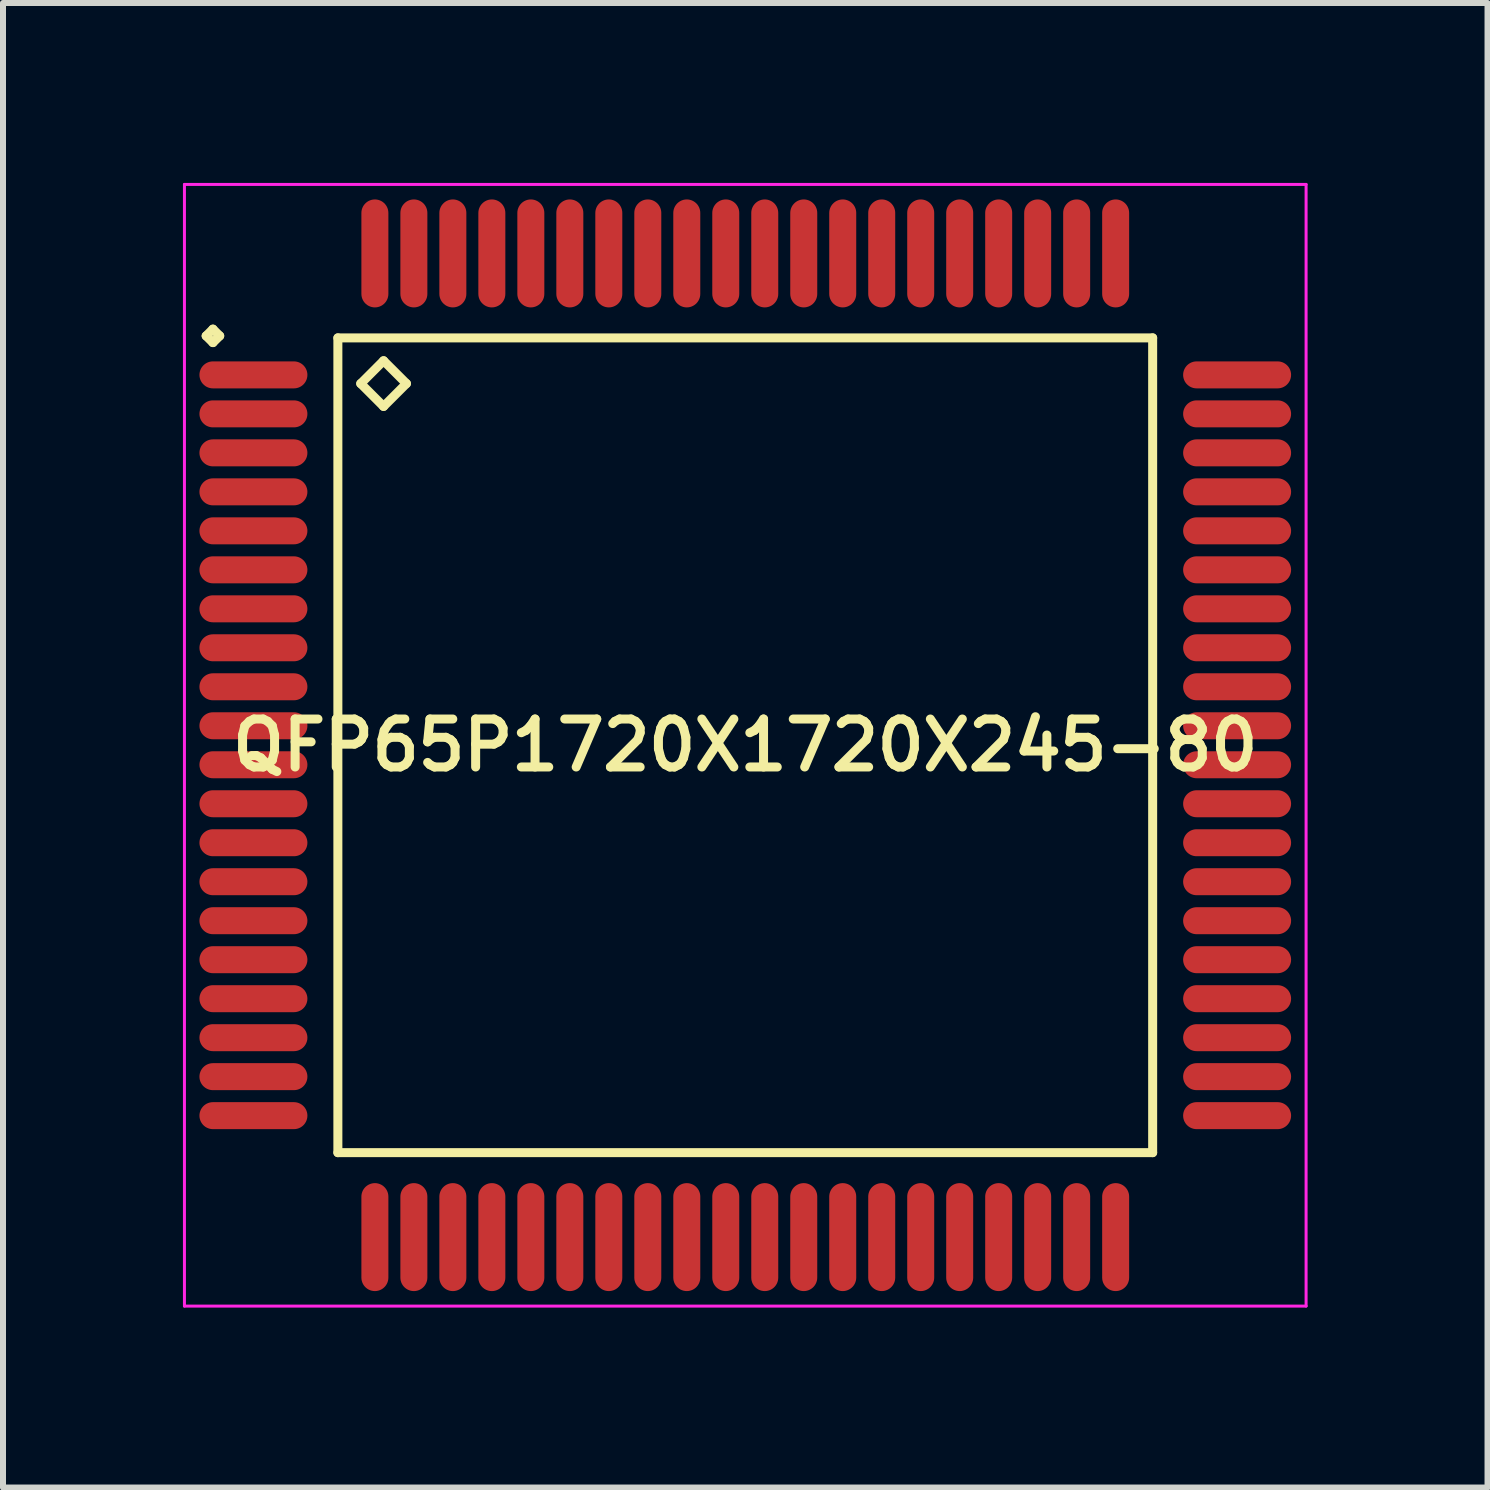
<source format=kicad_pcb>
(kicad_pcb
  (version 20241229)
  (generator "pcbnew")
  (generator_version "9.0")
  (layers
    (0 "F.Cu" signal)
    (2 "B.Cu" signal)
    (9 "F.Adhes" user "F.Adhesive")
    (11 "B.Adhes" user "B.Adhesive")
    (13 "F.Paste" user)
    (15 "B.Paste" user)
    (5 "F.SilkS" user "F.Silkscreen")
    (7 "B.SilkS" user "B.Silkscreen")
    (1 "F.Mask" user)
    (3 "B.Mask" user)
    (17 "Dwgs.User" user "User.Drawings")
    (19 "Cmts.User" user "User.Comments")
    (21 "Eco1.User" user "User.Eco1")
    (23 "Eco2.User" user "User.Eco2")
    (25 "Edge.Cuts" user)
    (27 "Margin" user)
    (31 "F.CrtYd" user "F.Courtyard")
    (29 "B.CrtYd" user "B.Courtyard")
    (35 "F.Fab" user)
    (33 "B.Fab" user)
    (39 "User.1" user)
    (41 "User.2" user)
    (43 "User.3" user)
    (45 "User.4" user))
  (footprint "QFP65P1720X1720X245-80"
    (layer "F.Cu")
    (at 9.375 9.375)
    (property "Reference" "QFP65P1720X1720X245-80" (at 0 0 0) (layer "F.SilkS") (effects (font (size 0.8 0.8) (thickness 0.15))))
    (attr smd)
    (fp_line (start -8.988 -6.825) (end -8.875 -6.938) (stroke (width 0.15) (type solid)) (layer "F.SilkS"))
    (fp_line (start -8.875 -6.938) (end -8.762 -6.825) (stroke (width 0.15) (type solid)) (layer "F.SilkS"))
    (fp_line (start -8.875 -6.713) (end -8.988 -6.825) (stroke (width 0.15) (type solid)) (layer "F.SilkS"))
    (fp_line (start -8.762 -6.825) (end -8.875 -6.713) (stroke (width 0.15) (type solid)) (layer "F.SilkS"))
    (fp_line (start -6.792 -6.792) (end -6.792 6.792) (stroke (width 0.15) (type solid)) (layer "F.SilkS"))
    (fp_line (start -6.792 6.792) (end 6.792 6.792) (stroke (width 0.15) (type solid)) (layer "F.SilkS"))
    (fp_line (start -6.411 -6.03) (end -6.03 -6.411) (stroke (width 0.15) (type solid)) (layer "F.SilkS"))
    (fp_line (start -6.03 -6.411) (end -5.649 -6.03) (stroke (width 0.15) (type solid)) (layer "F.SilkS"))
    (fp_line (start -6.03 -5.649) (end -6.411 -6.03) (stroke (width 0.15) (type solid)) (layer "F.SilkS"))
    (fp_line (start -5.649 -6.03) (end -6.03 -5.649) (stroke (width 0.15) (type solid)) (layer "F.SilkS"))
    (fp_line (start 6.792 -6.792) (end -6.792 -6.792) (stroke (width 0.15) (type solid)) (layer "F.SilkS"))
    (fp_line (start 6.792 6.792) (end 6.792 -6.792) (stroke (width 0.15) (type solid)) (layer "F.SilkS"))
    (fp_line (start -9.35 -9.35) (end 9.35 -9.35) (stroke (width 0.05) (type solid)) (layer "F.CrtYd"))
    (fp_line (start -9.35 9.35) (end -9.35 -9.35) (stroke (width 0.05) (type solid)) (layer "F.CrtYd"))
    (fp_line (start 9.35 -9.35) (end 9.35 9.35) (stroke (width 0.05) (type solid)) (layer "F.CrtYd"))
    (fp_line (start 9.35 9.35) (end -9.35 9.35) (stroke (width 0.05) (type solid)) (layer "F.CrtYd"))
    (pad "1" smd oval (at -8.2 -6.175) (size 1.8 0.45) (layers "F.Cu" "F.Mask" "F.Paste"))
    (pad "2" smd oval (at -8.2 -5.525) (size 1.8 0.45) (layers "F.Cu" "F.Mask" "F.Paste"))
    (pad "3" smd oval (at -8.2 -4.875) (size 1.8 0.45) (layers "F.Cu" "F.Mask" "F.Paste"))
    (pad "4" smd oval (at -8.2 -4.225) (size 1.8 0.45) (layers "F.Cu" "F.Mask" "F.Paste"))
    (pad "5" smd oval (at -8.2 -3.575) (size 1.8 0.45) (layers "F.Cu" "F.Mask" "F.Paste"))
    (pad "6" smd oval (at -8.2 -2.925) (size 1.8 0.45) (layers "F.Cu" "F.Mask" "F.Paste"))
    (pad "7" smd oval (at -8.2 -2.275) (size 1.8 0.45) (layers "F.Cu" "F.Mask" "F.Paste"))
    (pad "8" smd oval (at -8.2 -1.625) (size 1.8 0.45) (layers "F.Cu" "F.Mask" "F.Paste"))
    (pad "9" smd oval (at -8.2 -0.975) (size 1.8 0.45) (layers "F.Cu" "F.Mask" "F.Paste"))
    (pad "10" smd oval (at -8.2 -0.325) (size 1.8 0.45) (layers "F.Cu" "F.Mask" "F.Paste"))
    (pad "11" smd oval (at -8.2 0.325) (size 1.8 0.45) (layers "F.Cu" "F.Mask" "F.Paste"))
    (pad "12" smd oval (at -8.2 0.975) (size 1.8 0.45) (layers "F.Cu" "F.Mask" "F.Paste"))
    (pad "13" smd oval (at -8.2 1.625) (size 1.8 0.45) (layers "F.Cu" "F.Mask" "F.Paste"))
    (pad "14" smd oval (at -8.2 2.275) (size 1.8 0.45) (layers "F.Cu" "F.Mask" "F.Paste"))
    (pad "15" smd oval (at -8.2 2.925) (size 1.8 0.45) (layers "F.Cu" "F.Mask" "F.Paste"))
    (pad "16" smd oval (at -8.2 3.575) (size 1.8 0.45) (layers "F.Cu" "F.Mask" "F.Paste"))
    (pad "17" smd oval (at -8.2 4.225) (size 1.8 0.45) (layers "F.Cu" "F.Mask" "F.Paste"))
    (pad "18" smd oval (at -8.2 4.875) (size 1.8 0.45) (layers "F.Cu" "F.Mask" "F.Paste"))
    (pad "19" smd oval (at -8.2 5.525) (size 1.8 0.45) (layers "F.Cu" "F.Mask" "F.Paste"))
    (pad "20" smd oval (at -8.2 6.175) (size 1.8 0.45) (layers "F.Cu" "F.Mask" "F.Paste"))
    (pad "21" smd oval (at -6.175 8.2) (size 0.45 1.8) (layers "F.Cu" "F.Mask" "F.Paste"))
    (pad "22" smd oval (at -5.525 8.2) (size 0.45 1.8) (layers "F.Cu" "F.Mask" "F.Paste"))
    (pad "23" smd oval (at -4.875 8.2) (size 0.45 1.8) (layers "F.Cu" "F.Mask" "F.Paste"))
    (pad "24" smd oval (at -4.225 8.2) (size 0.45 1.8) (layers "F.Cu" "F.Mask" "F.Paste"))
    (pad "25" smd oval (at -3.575 8.2) (size 0.45 1.8) (layers "F.Cu" "F.Mask" "F.Paste"))
    (pad "26" smd oval (at -2.925 8.2) (size 0.45 1.8) (layers "F.Cu" "F.Mask" "F.Paste"))
    (pad "27" smd oval (at -2.275 8.2) (size 0.45 1.8) (layers "F.Cu" "F.Mask" "F.Paste"))
    (pad "28" smd oval (at -1.625 8.2) (size 0.45 1.8) (layers "F.Cu" "F.Mask" "F.Paste"))
    (pad "29" smd oval (at -0.975 8.2) (size 0.45 1.8) (layers "F.Cu" "F.Mask" "F.Paste"))
    (pad "30" smd oval (at -0.325 8.2) (size 0.45 1.8) (layers "F.Cu" "F.Mask" "F.Paste"))
    (pad "31" smd oval (at 0.325 8.2) (size 0.45 1.8) (layers "F.Cu" "F.Mask" "F.Paste"))
    (pad "32" smd oval (at 0.975 8.2) (size 0.45 1.8) (layers "F.Cu" "F.Mask" "F.Paste"))
    (pad "33" smd oval (at 1.625 8.2) (size 0.45 1.8) (layers "F.Cu" "F.Mask" "F.Paste"))
    (pad "34" smd oval (at 2.275 8.2) (size 0.45 1.8) (layers "F.Cu" "F.Mask" "F.Paste"))
    (pad "35" smd oval (at 2.925 8.2) (size 0.45 1.8) (layers "F.Cu" "F.Mask" "F.Paste"))
    (pad "36" smd oval (at 3.575 8.2) (size 0.45 1.8) (layers "F.Cu" "F.Mask" "F.Paste"))
    (pad "37" smd oval (at 4.225 8.2) (size 0.45 1.8) (layers "F.Cu" "F.Mask" "F.Paste"))
    (pad "38" smd oval (at 4.875 8.2) (size 0.45 1.8) (layers "F.Cu" "F.Mask" "F.Paste"))
    (pad "39" smd oval (at 5.525 8.2) (size 0.45 1.8) (layers "F.Cu" "F.Mask" "F.Paste"))
    (pad "40" smd oval (at 6.175 8.2) (size 0.45 1.8) (layers "F.Cu" "F.Mask" "F.Paste"))
    (pad "41" smd oval (at 8.2 6.175) (size 1.8 0.45) (layers "F.Cu" "F.Mask" "F.Paste"))
    (pad "42" smd oval (at 8.2 5.525) (size 1.8 0.45) (layers "F.Cu" "F.Mask" "F.Paste"))
    (pad "43" smd oval (at 8.2 4.875) (size 1.8 0.45) (layers "F.Cu" "F.Mask" "F.Paste"))
    (pad "44" smd oval (at 8.2 4.225) (size 1.8 0.45) (layers "F.Cu" "F.Mask" "F.Paste"))
    (pad "45" smd oval (at 8.2 3.575) (size 1.8 0.45) (layers "F.Cu" "F.Mask" "F.Paste"))
    (pad "46" smd oval (at 8.2 2.925) (size 1.8 0.45) (layers "F.Cu" "F.Mask" "F.Paste"))
    (pad "47" smd oval (at 8.2 2.275) (size 1.8 0.45) (layers "F.Cu" "F.Mask" "F.Paste"))
    (pad "48" smd oval (at 8.2 1.625) (size 1.8 0.45) (layers "F.Cu" "F.Mask" "F.Paste"))
    (pad "49" smd oval (at 8.2 0.975) (size 1.8 0.45) (layers "F.Cu" "F.Mask" "F.Paste"))
    (pad "50" smd oval (at 8.2 0.325) (size 1.8 0.45) (layers "F.Cu" "F.Mask" "F.Paste"))
    (pad "51" smd oval (at 8.2 -0.325) (size 1.8 0.45) (layers "F.Cu" "F.Mask" "F.Paste"))
    (pad "52" smd oval (at 8.2 -0.975) (size 1.8 0.45) (layers "F.Cu" "F.Mask" "F.Paste"))
    (pad "53" smd oval (at 8.2 -1.625) (size 1.8 0.45) (layers "F.Cu" "F.Mask" "F.Paste"))
    (pad "54" smd oval (at 8.2 -2.275) (size 1.8 0.45) (layers "F.Cu" "F.Mask" "F.Paste"))
    (pad "55" smd oval (at 8.2 -2.925) (size 1.8 0.45) (layers "F.Cu" "F.Mask" "F.Paste"))
    (pad "56" smd oval (at 8.2 -3.575) (size 1.8 0.45) (layers "F.Cu" "F.Mask" "F.Paste"))
    (pad "57" smd oval (at 8.2 -4.225) (size 1.8 0.45) (layers "F.Cu" "F.Mask" "F.Paste"))
    (pad "58" smd oval (at 8.2 -4.875) (size 1.8 0.45) (layers "F.Cu" "F.Mask" "F.Paste"))
    (pad "59" smd oval (at 8.2 -5.525) (size 1.8 0.45) (layers "F.Cu" "F.Mask" "F.Paste"))
    (pad "60" smd oval (at 8.2 -6.175) (size 1.8 0.45) (layers "F.Cu" "F.Mask" "F.Paste"))
    (pad "61" smd oval (at 6.175 -8.2) (size 0.45 1.8) (layers "F.Cu" "F.Mask" "F.Paste"))
    (pad "62" smd oval (at 5.525 -8.2) (size 0.45 1.8) (layers "F.Cu" "F.Mask" "F.Paste"))
    (pad "63" smd oval (at 4.875 -8.2) (size 0.45 1.8) (layers "F.Cu" "F.Mask" "F.Paste"))
    (pad "64" smd oval (at 4.225 -8.2) (size 0.45 1.8) (layers "F.Cu" "F.Mask" "F.Paste"))
    (pad "65" smd oval (at 3.575 -8.2) (size 0.45 1.8) (layers "F.Cu" "F.Mask" "F.Paste"))
    (pad "66" smd oval (at 2.925 -8.2) (size 0.45 1.8) (layers "F.Cu" "F.Mask" "F.Paste"))
    (pad "67" smd oval (at 2.275 -8.2) (size 0.45 1.8) (layers "F.Cu" "F.Mask" "F.Paste"))
    (pad "68" smd oval (at 1.625 -8.2) (size 0.45 1.8) (layers "F.Cu" "F.Mask" "F.Paste"))
    (pad "69" smd oval (at 0.975 -8.2) (size 0.45 1.8) (layers "F.Cu" "F.Mask" "F.Paste"))
    (pad "70" smd oval (at 0.325 -8.2) (size 0.45 1.8) (layers "F.Cu" "F.Mask" "F.Paste"))
    (pad "71" smd oval (at -0.325 -8.2) (size 0.45 1.8) (layers "F.Cu" "F.Mask" "F.Paste"))
    (pad "72" smd oval (at -0.975 -8.2) (size 0.45 1.8) (layers "F.Cu" "F.Mask" "F.Paste"))
    (pad "73" smd oval (at -1.625 -8.2) (size 0.45 1.8) (layers "F.Cu" "F.Mask" "F.Paste"))
    (pad "74" smd oval (at -2.275 -8.2) (size 0.45 1.8) (layers "F.Cu" "F.Mask" "F.Paste"))
    (pad "75" smd oval (at -2.925 -8.2) (size 0.45 1.8) (layers "F.Cu" "F.Mask" "F.Paste"))
    (pad "76" smd oval (at -3.575 -8.2) (size 0.45 1.8) (layers "F.Cu" "F.Mask" "F.Paste"))
    (pad "77" smd oval (at -4.225 -8.2) (size 0.45 1.8) (layers "F.Cu" "F.Mask" "F.Paste"))
    (pad "78" smd oval (at -4.875 -8.2) (size 0.45 1.8) (layers "F.Cu" "F.Mask" "F.Paste"))
    (pad "79" smd oval (at -5.525 -8.2) (size 0.45 1.8) (layers "F.Cu" "F.Mask" "F.Paste"))
    (pad "80" smd oval (at -6.175 -8.2) (size 0.45 1.8) (layers "F.Cu" "F.Mask" "F.Paste")))
  (gr_rect
    (start -3 -3)
    (end 21.75 21.75)
    (stroke (width 0.1) (type default))
    (fill no)
    (layer "Edge.Cuts")))
</source>
